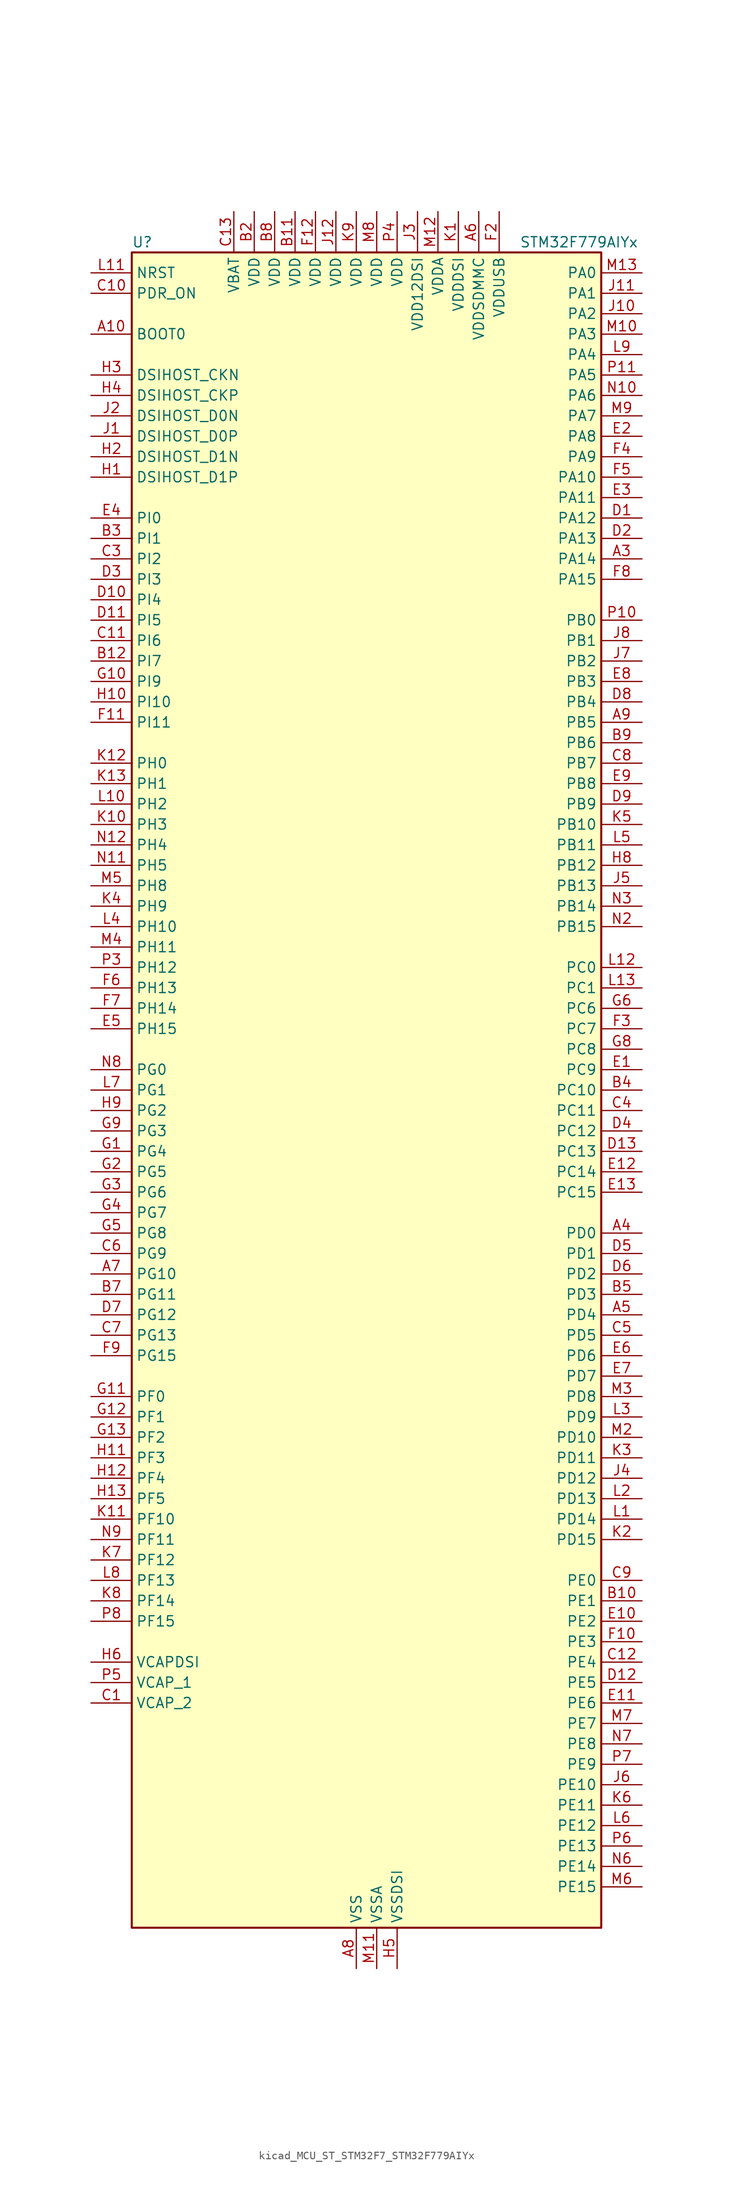
<source format=kicad_sym>
(kicad_symbol_lib
  (version 20220914)
  (generator kicad_symbol_editor)
  (symbol "kicad_MCU_ST_STM32F7_STM32F779AIYx"
    (property "Reference" "U"
      (at -27.94 105.41 0)
      (effects (font (size 1.27 1.27)) (justify left)))
    (property "Value" "STM32F779AIYx"
      (at 20.32 105.41 0)
      (effects (font (size 1.27 1.27)) (justify left)))
    (property "ki_locked" ""
      (at 0 0 0)
      (effects (font (size 1.27 1.27))))
    (symbol "kicad_MCU_ST_STM32F7_STM32F779AIYx_0_1"
      (rectangle (start -27.94 -104.14) (end 30.48 104.14) (stroke (width 0.254) (type default)) (fill (type background))))
    (symbol "kicad_MCU_ST_STM32F7_STM32F779AIYx_1_1"
      (pin no_connect line (at -27.94 -104.14 0) (length 5.08) hide (name "NC" (effects (font (size 1.27 1.27)))) (number "A1" (effects (font (size 1.27 1.27)))))
      (pin input line (at -33.02 93.98 0) (length 5.08) (name "BOOT0" (effects (font (size 1.27 1.27)))) (number "A10" (effects (font (size 1.27 1.27)))))
      (pin passive line (at 0 -109.22 90) (length 5.08) hide (name "VSS" (effects (font (size 1.27 1.27)))) (number "A11" (effects (font (size 1.27 1.27)))))
      (pin no_connect line (at -27.94 -99.06 0) (length 5.08) hide (name "NC" (effects (font (size 1.27 1.27)))) (number "A12" (effects (font (size 1.27 1.27)))))
      (pin no_connect line (at -27.94 -96.52 0) (length 5.08) hide (name "NC" (effects (font (size 1.27 1.27)))) (number "A13" (effects (font (size 1.27 1.27)))))
      (pin no_connect line (at -27.94 -101.6 0) (length 5.08) hide (name "NC" (effects (font (size 1.27 1.27)))) (number "A2" (effects (font (size 1.27 1.27)))))
      (pin bidirectional line (at 35.56 66.04 180) (length 5.08) (name "PA14" (effects (font (size 1.27 1.27)))) (number "A3" (effects (font (size 1.27 1.27)))) (alternate "SYS_JTCK-SWCLK" bidirectional line))
      (pin bidirectional line (at 35.56 -17.78 180) (length 5.08) (name "PD0" (effects (font (size 1.27 1.27)))) (number "A4" (effects (font (size 1.27 1.27)))) (alternate "CAN1_RX" bidirectional line) (alternate "DFSDM1_CKIN6" bidirectional line) (alternate "DFSDM1_DATIN7" bidirectional line) (alternate "FMC_D2" bidirectional line) (alternate "FMC_DA2" bidirectional line) (alternate "UART4_RX" bidirectional line))
      (pin bidirectional line (at 35.56 -27.94 180) (length 5.08) (name "PD4" (effects (font (size 1.27 1.27)))) (number "A5" (effects (font (size 1.27 1.27)))) (alternate "DFSDM1_CKIN0" bidirectional line) (alternate "FMC_NOE" bidirectional line) (alternate "USART2_DE" bidirectional line) (alternate "USART2_RTS" bidirectional line))
      (pin power_in line (at 15.24 109.22 270) (length 5.08) (name "VDDSDMMC" (effects (font (size 1.27 1.27)))) (number "A6" (effects (font (size 1.27 1.27)))))
      (pin bidirectional line (at -33.02 -22.86 0) (length 5.08) (name "PG10" (effects (font (size 1.27 1.27)))) (number "A7" (effects (font (size 1.27 1.27)))) (alternate "DCMI_D2" bidirectional line) (alternate "FMC_NE3" bidirectional line) (alternate "I2S1_WS" bidirectional line) (alternate "LTDC_B2" bidirectional line) (alternate "LTDC_G3" bidirectional line) (alternate "SAI2_SD_B" bidirectional line) (alternate "SDMMC2_D1" bidirectional line) (alternate "SPI1_NSS" bidirectional line))
      (pin power_in line (at 0 -109.22 90) (length 5.08) (name "VSS" (effects (font (size 1.27 1.27)))) (number "A8" (effects (font (size 1.27 1.27)))))
      (pin bidirectional line (at 35.56 45.72 180) (length 5.08) (name "PB5" (effects (font (size 1.27 1.27)))) (number "A9" (effects (font (size 1.27 1.27)))) (alternate "CAN2_RX" bidirectional line) (alternate "DCMI_D10" bidirectional line) (alternate "FMC_SDCKE1" bidirectional line) (alternate "I2C1_SMBA" bidirectional line) (alternate "I2S1_SD" bidirectional line) (alternate "I2S3_SD" bidirectional line) (alternate "LTDC_G7" bidirectional line) (alternate "SPI1_MOSI" bidirectional line) (alternate "SPI3_MOSI" bidirectional line) (alternate "SPI6_MOSI" bidirectional line) (alternate "TIM3_CH2" bidirectional line) (alternate "UART5_RX" bidirectional line) (alternate "USB_OTG_HS_ULPI_D7" bidirectional line))
      (pin no_connect line (at -27.94 -93.98 0) (length 5.08) hide (name "NC" (effects (font (size 1.27 1.27)))) (number "B1" (effects (font (size 1.27 1.27)))))
      (pin bidirectional line (at 35.56 -63.5 180) (length 5.08) (name "PE1" (effects (font (size 1.27 1.27)))) (number "B10" (effects (font (size 1.27 1.27)))) (alternate "DCMI_D3" bidirectional line) (alternate "FMC_NBL1" bidirectional line) (alternate "LPTIM1_IN2" bidirectional line) (alternate "UART8_TX" bidirectional line))
      (pin power_in line (at -7.62 109.22 270) (length 5.08) (name "VDD" (effects (font (size 1.27 1.27)))) (number "B11" (effects (font (size 1.27 1.27)))))
      (pin bidirectional line (at -33.02 53.34 0) (length 5.08) (name "PI7" (effects (font (size 1.27 1.27)))) (number "B12" (effects (font (size 1.27 1.27)))) (alternate "DCMI_D7" bidirectional line) (alternate "FMC_D29" bidirectional line) (alternate "LTDC_B7" bidirectional line) (alternate "SAI2_FS_A" bidirectional line) (alternate "TIM8_CH3" bidirectional line))
      (pin no_connect line (at -27.94 -91.44 0) (length 5.08) hide (name "NC" (effects (font (size 1.27 1.27)))) (number "B13" (effects (font (size 1.27 1.27)))))
      (pin power_in line (at -12.7 109.22 270) (length 5.08) (name "VDD" (effects (font (size 1.27 1.27)))) (number "B2" (effects (font (size 1.27 1.27)))))
      (pin bidirectional line (at -33.02 68.58 0) (length 5.08) (name "PI1" (effects (font (size 1.27 1.27)))) (number "B3" (effects (font (size 1.27 1.27)))) (alternate "DCMI_D8" bidirectional line) (alternate "FMC_D25" bidirectional line) (alternate "I2S2_CK" bidirectional line) (alternate "LTDC_G6" bidirectional line) (alternate "SPI2_SCK" bidirectional line) (alternate "TIM8_BKIN2" bidirectional line))
      (pin bidirectional line (at 35.56 0 180) (length 5.08) (name "PC10" (effects (font (size 1.27 1.27)))) (number "B4" (effects (font (size 1.27 1.27)))) (alternate "DCMI_D8" bidirectional line) (alternate "DFSDM1_CKIN5" bidirectional line) (alternate "I2S3_CK" bidirectional line) (alternate "LTDC_R2" bidirectional line) (alternate "QUADSPI_BK1_IO1" bidirectional line) (alternate "SDMMC1_D2" bidirectional line) (alternate "SPI3_SCK" bidirectional line) (alternate "UART4_TX" bidirectional line) (alternate "USART3_TX" bidirectional line))
      (pin bidirectional line (at 35.56 -25.4 180) (length 5.08) (name "PD3" (effects (font (size 1.27 1.27)))) (number "B5" (effects (font (size 1.27 1.27)))) (alternate "DCMI_D5" bidirectional line) (alternate "DFSDM1_CKOUT" bidirectional line) (alternate "DFSDM1_DATIN0" bidirectional line) (alternate "FMC_CLK" bidirectional line) (alternate "I2S2_CK" bidirectional line) (alternate "LTDC_G7" bidirectional line) (alternate "SPI2_SCK" bidirectional line) (alternate "USART2_CTS" bidirectional line))
      (pin passive line (at 0 -109.22 90) (length 5.08) hide (name "VSS" (effects (font (size 1.27 1.27)))) (number "B6" (effects (font (size 1.27 1.27)))))
      (pin bidirectional line (at -33.02 -25.4 0) (length 5.08) (name "PG11" (effects (font (size 1.27 1.27)))) (number "B7" (effects (font (size 1.27 1.27)))) (alternate "ADC1_EXTI11" bidirectional line) (alternate "ADC2_EXTI11" bidirectional line) (alternate "ADC3_EXTI11" bidirectional line) (alternate "DCMI_D3" bidirectional line) (alternate "I2S1_CK" bidirectional line) (alternate "LTDC_B3" bidirectional line) (alternate "SDMMC2_D2" bidirectional line) (alternate "SPDIFRX_IN0" bidirectional line) (alternate "SPI1_SCK" bidirectional line))
      (pin power_in line (at -10.16 109.22 270) (length 5.08) (name "VDD" (effects (font (size 1.27 1.27)))) (number "B8" (effects (font (size 1.27 1.27)))))
      (pin bidirectional line (at 35.56 43.18 180) (length 5.08) (name "PB6" (effects (font (size 1.27 1.27)))) (number "B9" (effects (font (size 1.27 1.27)))) (alternate "CAN2_TX" bidirectional line) (alternate "CEC" bidirectional line) (alternate "DCMI_D5" bidirectional line) (alternate "DFSDM1_DATIN5" bidirectional line) (alternate "FMC_SDNE1" bidirectional line) (alternate "I2C1_SCL" bidirectional line) (alternate "I2C4_SCL" bidirectional line) (alternate "QUADSPI_BK1_NCS" bidirectional line) (alternate "TIM4_CH1" bidirectional line) (alternate "UART5_TX" bidirectional line) (alternate "USART1_TX" bidirectional line))
      (pin power_out line (at -33.02 -76.2 0) (length 5.08) (name "VCAP_2" (effects (font (size 1.27 1.27)))) (number "C1" (effects (font (size 1.27 1.27)))))
      (pin input line (at -33.02 99.06 0) (length 5.08) (name "PDR_ON" (effects (font (size 1.27 1.27)))) (number "C10" (effects (font (size 1.27 1.27)))))
      (pin bidirectional line (at -33.02 55.88 0) (length 5.08) (name "PI6" (effects (font (size 1.27 1.27)))) (number "C11" (effects (font (size 1.27 1.27)))) (alternate "DCMI_D6" bidirectional line) (alternate "FMC_D28" bidirectional line) (alternate "LTDC_B6" bidirectional line) (alternate "SAI2_SD_A" bidirectional line) (alternate "TIM8_CH2" bidirectional line))
      (pin bidirectional line (at 35.56 -71.12 180) (length 5.08) (name "PE4" (effects (font (size 1.27 1.27)))) (number "C12" (effects (font (size 1.27 1.27)))) (alternate "DCMI_D4" bidirectional line) (alternate "DFSDM1_DATIN3" bidirectional line) (alternate "FMC_A20" bidirectional line) (alternate "LTDC_B0" bidirectional line) (alternate "SAI1_FS_A" bidirectional line) (alternate "SPI4_NSS" bidirectional line) (alternate "SYS_TRACED1" bidirectional line))
      (pin power_in line (at -15.24 109.22 270) (length 5.08) (name "VBAT" (effects (font (size 1.27 1.27)))) (number "C13" (effects (font (size 1.27 1.27)))))
      (pin passive line (at 0 -109.22 90) (length 5.08) hide (name "VSS" (effects (font (size 1.27 1.27)))) (number "C2" (effects (font (size 1.27 1.27)))))
      (pin bidirectional line (at -33.02 66.04 0) (length 5.08) (name "PI2" (effects (font (size 1.27 1.27)))) (number "C3" (effects (font (size 1.27 1.27)))) (alternate "DCMI_D9" bidirectional line) (alternate "FMC_D26" bidirectional line) (alternate "LTDC_G7" bidirectional line) (alternate "SPI2_MISO" bidirectional line) (alternate "TIM8_CH4" bidirectional line))
      (pin bidirectional line (at 35.56 -2.54 180) (length 5.08) (name "PC11" (effects (font (size 1.27 1.27)))) (number "C4" (effects (font (size 1.27 1.27)))) (alternate "ADC1_EXTI11" bidirectional line) (alternate "ADC2_EXTI11" bidirectional line) (alternate "ADC3_EXTI11" bidirectional line) (alternate "DCMI_D4" bidirectional line) (alternate "DFSDM1_DATIN5" bidirectional line) (alternate "QUADSPI_BK2_NCS" bidirectional line) (alternate "SDMMC1_D3" bidirectional line) (alternate "SPI3_MISO" bidirectional line) (alternate "UART4_RX" bidirectional line) (alternate "USART3_RX" bidirectional line))
      (pin bidirectional line (at 35.56 -30.48 180) (length 5.08) (name "PD5" (effects (font (size 1.27 1.27)))) (number "C5" (effects (font (size 1.27 1.27)))) (alternate "FMC_NWE" bidirectional line) (alternate "USART2_TX" bidirectional line))
      (pin bidirectional line (at -33.02 -20.32 0) (length 5.08) (name "PG9" (effects (font (size 1.27 1.27)))) (number "C6" (effects (font (size 1.27 1.27)))) (alternate "DAC_EXTI9" bidirectional line) (alternate "DCMI_VSYNC" bidirectional line) (alternate "FMC_NCE" bidirectional line) (alternate "FMC_NE2" bidirectional line) (alternate "QUADSPI_BK2_IO2" bidirectional line) (alternate "SAI2_FS_B" bidirectional line) (alternate "SDMMC2_D0" bidirectional line) (alternate "SPDIFRX_IN3" bidirectional line) (alternate "SPI1_MISO" bidirectional line) (alternate "USART6_RX" bidirectional line))
      (pin bidirectional line (at -33.02 -30.48 0) (length 5.08) (name "PG13" (effects (font (size 1.27 1.27)))) (number "C7" (effects (font (size 1.27 1.27)))) (alternate "FMC_A24" bidirectional line) (alternate "LPTIM1_OUT" bidirectional line) (alternate "LTDC_R0" bidirectional line) (alternate "SPI6_SCK" bidirectional line) (alternate "SYS_TRACED0" bidirectional line) (alternate "USART6_CTS" bidirectional line))
      (pin bidirectional line (at 35.56 40.64 180) (length 5.08) (name "PB7" (effects (font (size 1.27 1.27)))) (number "C8" (effects (font (size 1.27 1.27)))) (alternate "DCMI_VSYNC" bidirectional line) (alternate "DFSDM1_CKIN5" bidirectional line) (alternate "FMC_NL" bidirectional line) (alternate "I2C1_SDA" bidirectional line) (alternate "I2C4_SDA" bidirectional line) (alternate "TIM4_CH2" bidirectional line) (alternate "USART1_RX" bidirectional line))
      (pin bidirectional line (at 35.56 -60.96 180) (length 5.08) (name "PE0" (effects (font (size 1.27 1.27)))) (number "C9" (effects (font (size 1.27 1.27)))) (alternate "DCMI_D2" bidirectional line) (alternate "FMC_NBL0" bidirectional line) (alternate "LPTIM1_ETR" bidirectional line) (alternate "SAI2_MCLK_A" bidirectional line) (alternate "TIM4_ETR" bidirectional line) (alternate "UART8_RX" bidirectional line))
      (pin bidirectional line (at 35.56 71.12 180) (length 5.08) (name "PA12" (effects (font (size 1.27 1.27)))) (number "D1" (effects (font (size 1.27 1.27)))) (alternate "CAN1_TX" bidirectional line) (alternate "I2S2_CK" bidirectional line) (alternate "LTDC_R5" bidirectional line) (alternate "SAI2_FS_B" bidirectional line) (alternate "SPI2_SCK" bidirectional line) (alternate "TIM1_ETR" bidirectional line) (alternate "UART4_TX" bidirectional line) (alternate "USART1_DE" bidirectional line) (alternate "USART1_RTS" bidirectional line) (alternate "USB_OTG_FS_DP" bidirectional line))
      (pin bidirectional line (at -33.02 60.96 0) (length 5.08) (name "PI4" (effects (font (size 1.27 1.27)))) (number "D10" (effects (font (size 1.27 1.27)))) (alternate "DCMI_D5" bidirectional line) (alternate "FMC_NBL2" bidirectional line) (alternate "LTDC_B4" bidirectional line) (alternate "SAI2_MCLK_A" bidirectional line) (alternate "TIM8_BKIN" bidirectional line))
      (pin bidirectional line (at -33.02 58.42 0) (length 5.08) (name "PI5" (effects (font (size 1.27 1.27)))) (number "D11" (effects (font (size 1.27 1.27)))) (alternate "DCMI_VSYNC" bidirectional line) (alternate "FMC_NBL3" bidirectional line) (alternate "LTDC_B5" bidirectional line) (alternate "SAI2_SCK_A" bidirectional line) (alternate "TIM8_CH1" bidirectional line))
      (pin bidirectional line (at 35.56 -73.66 180) (length 5.08) (name "PE5" (effects (font (size 1.27 1.27)))) (number "D12" (effects (font (size 1.27 1.27)))) (alternate "DCMI_D6" bidirectional line) (alternate "DFSDM1_CKIN3" bidirectional line) (alternate "FMC_A21" bidirectional line) (alternate "LTDC_G0" bidirectional line) (alternate "SAI1_SCK_A" bidirectional line) (alternate "SPI4_MISO" bidirectional line) (alternate "SYS_TRACED2" bidirectional line) (alternate "TIM9_CH1" bidirectional line))
      (pin bidirectional line (at 35.56 -7.62 180) (length 5.08) (name "PC13" (effects (font (size 1.27 1.27)))) (number "D13" (effects (font (size 1.27 1.27)))) (alternate "RTC_OUT" bidirectional line) (alternate "RTC_TAMP1" bidirectional line) (alternate "RTC_TS" bidirectional line) (alternate "SYS_WKUP4" bidirectional line))
      (pin bidirectional line (at 35.56 68.58 180) (length 5.08) (name "PA13" (effects (font (size 1.27 1.27)))) (number "D2" (effects (font (size 1.27 1.27)))) (alternate "SYS_JTMS-SWDIO" bidirectional line))
      (pin bidirectional line (at -33.02 63.5 0) (length 5.08) (name "PI3" (effects (font (size 1.27 1.27)))) (number "D3" (effects (font (size 1.27 1.27)))) (alternate "DCMI_D10" bidirectional line) (alternate "FMC_D27" bidirectional line) (alternate "I2S2_SD" bidirectional line) (alternate "SPI2_MOSI" bidirectional line) (alternate "TIM8_ETR" bidirectional line))
      (pin bidirectional line (at 35.56 -5.08 180) (length 5.08) (name "PC12" (effects (font (size 1.27 1.27)))) (number "D4" (effects (font (size 1.27 1.27)))) (alternate "DCMI_D9" bidirectional line) (alternate "I2S3_SD" bidirectional line) (alternate "SDMMC1_CK" bidirectional line) (alternate "SPI3_MOSI" bidirectional line) (alternate "SYS_TRACED3" bidirectional line) (alternate "UART5_TX" bidirectional line) (alternate "USART3_CK" bidirectional line))
      (pin bidirectional line (at 35.56 -20.32 180) (length 5.08) (name "PD1" (effects (font (size 1.27 1.27)))) (number "D5" (effects (font (size 1.27 1.27)))) (alternate "CAN1_TX" bidirectional line) (alternate "DFSDM1_CKIN7" bidirectional line) (alternate "DFSDM1_DATIN6" bidirectional line) (alternate "FMC_D3" bidirectional line) (alternate "FMC_DA3" bidirectional line) (alternate "UART4_TX" bidirectional line))
      (pin bidirectional line (at 35.56 -22.86 180) (length 5.08) (name "PD2" (effects (font (size 1.27 1.27)))) (number "D6" (effects (font (size 1.27 1.27)))) (alternate "DCMI_D11" bidirectional line) (alternate "SDMMC1_CMD" bidirectional line) (alternate "SYS_TRACED2" bidirectional line) (alternate "TIM3_ETR" bidirectional line) (alternate "UART5_RX" bidirectional line))
      (pin bidirectional line (at -33.02 -27.94 0) (length 5.08) (name "PG12" (effects (font (size 1.27 1.27)))) (number "D7" (effects (font (size 1.27 1.27)))) (alternate "FMC_NE4" bidirectional line) (alternate "LPTIM1_IN1" bidirectional line) (alternate "LTDC_B1" bidirectional line) (alternate "LTDC_B4" bidirectional line) (alternate "SDMMC2_D3" bidirectional line) (alternate "SPDIFRX_IN1" bidirectional line) (alternate "SPI6_MISO" bidirectional line) (alternate "USART6_DE" bidirectional line) (alternate "USART6_RTS" bidirectional line))
      (pin bidirectional line (at 35.56 48.26 180) (length 5.08) (name "PB4" (effects (font (size 1.27 1.27)))) (number "D8" (effects (font (size 1.27 1.27)))) (alternate "CAN3_TX" bidirectional line) (alternate "I2S2_WS" bidirectional line) (alternate "SDMMC2_D3" bidirectional line) (alternate "SPI1_MISO" bidirectional line) (alternate "SPI2_NSS" bidirectional line) (alternate "SPI3_MISO" bidirectional line) (alternate "SPI6_MISO" bidirectional line) (alternate "SYS_JTRST" bidirectional line) (alternate "TIM3_CH1" bidirectional line) (alternate "UART7_TX" bidirectional line))
      (pin bidirectional line (at 35.56 35.56 180) (length 5.08) (name "PB9" (effects (font (size 1.27 1.27)))) (number "D9" (effects (font (size 1.27 1.27)))) (alternate "CAN1_TX" bidirectional line) (alternate "DAC_EXTI9" bidirectional line) (alternate "DCMI_D7" bidirectional line) (alternate "DFSDM1_DATIN7" bidirectional line) (alternate "I2C1_SDA" bidirectional line) (alternate "I2C4_SDA" bidirectional line) (alternate "I2C4_SMBA" bidirectional line) (alternate "I2S2_WS" bidirectional line) (alternate "LTDC_B7" bidirectional line) (alternate "SDMMC1_D5" bidirectional line) (alternate "SDMMC2_D5" bidirectional line) (alternate "SPI2_NSS" bidirectional line) (alternate "TIM11_CH1" bidirectional line) (alternate "TIM4_CH4" bidirectional line) (alternate "UART5_TX" bidirectional line))
      (pin bidirectional line (at 35.56 2.54 180) (length 5.08) (name "PC9" (effects (font (size 1.27 1.27)))) (number "E1" (effects (font (size 1.27 1.27)))) (alternate "DAC_EXTI9" bidirectional line) (alternate "DCMI_D3" bidirectional line) (alternate "I2C3_SDA" bidirectional line) (alternate "I2S_CKIN" bidirectional line) (alternate "LTDC_B2" bidirectional line) (alternate "LTDC_G3" bidirectional line) (alternate "QUADSPI_BK1_IO0" bidirectional line) (alternate "RCC_MCO_2" bidirectional line) (alternate "SDMMC1_D1" bidirectional line) (alternate "TIM3_CH4" bidirectional line) (alternate "TIM8_CH4" bidirectional line) (alternate "UART5_CTS" bidirectional line))
      (pin bidirectional line (at 35.56 -66.04 180) (length 5.08) (name "PE2" (effects (font (size 1.27 1.27)))) (number "E10" (effects (font (size 1.27 1.27)))) (alternate "FMC_A23" bidirectional line) (alternate "QUADSPI_BK1_IO2" bidirectional line) (alternate "SAI1_MCLK_A" bidirectional line) (alternate "SPI4_SCK" bidirectional line) (alternate "SYS_TRACECLK" bidirectional line))
      (pin bidirectional line (at 35.56 -76.2 180) (length 5.08) (name "PE6" (effects (font (size 1.27 1.27)))) (number "E11" (effects (font (size 1.27 1.27)))) (alternate "DCMI_D7" bidirectional line) (alternate "FMC_A22" bidirectional line) (alternate "LTDC_G1" bidirectional line) (alternate "SAI1_SD_A" bidirectional line) (alternate "SAI2_MCLK_B" bidirectional line) (alternate "SPI4_MOSI" bidirectional line) (alternate "SYS_TRACED3" bidirectional line) (alternate "TIM1_BKIN2" bidirectional line) (alternate "TIM9_CH2" bidirectional line))
      (pin bidirectional line (at 35.56 -10.16 180) (length 5.08) (name "PC14" (effects (font (size 1.27 1.27)))) (number "E12" (effects (font (size 1.27 1.27)))) (alternate "RCC_OSC32_IN" bidirectional line))
      (pin bidirectional line (at 35.56 -12.7 180) (length 5.08) (name "PC15" (effects (font (size 1.27 1.27)))) (number "E13" (effects (font (size 1.27 1.27)))) (alternate "RCC_OSC32_OUT" bidirectional line))
      (pin bidirectional line (at 35.56 81.28 180) (length 5.08) (name "PA8" (effects (font (size 1.27 1.27)))) (number "E2" (effects (font (size 1.27 1.27)))) (alternate "CAN3_RX" bidirectional line) (alternate "I2C3_SCL" bidirectional line) (alternate "LTDC_B3" bidirectional line) (alternate "LTDC_R6" bidirectional line) (alternate "RCC_MCO_1" bidirectional line) (alternate "TIM1_CH1" bidirectional line) (alternate "TIM8_BKIN2" bidirectional line) (alternate "UART7_RX" bidirectional line) (alternate "USART1_CK" bidirectional line) (alternate "USB_OTG_FS_SOF" bidirectional line))
      (pin bidirectional line (at 35.56 73.66 180) (length 5.08) (name "PA11" (effects (font (size 1.27 1.27)))) (number "E3" (effects (font (size 1.27 1.27)))) (alternate "ADC1_EXTI11" bidirectional line) (alternate "ADC2_EXTI11" bidirectional line) (alternate "ADC3_EXTI11" bidirectional line) (alternate "CAN1_RX" bidirectional line) (alternate "I2S2_WS" bidirectional line) (alternate "LTDC_R4" bidirectional line) (alternate "SPI2_NSS" bidirectional line) (alternate "TIM1_CH4" bidirectional line) (alternate "UART4_RX" bidirectional line) (alternate "USART1_CTS" bidirectional line) (alternate "USB_OTG_FS_DM" bidirectional line))
      (pin bidirectional line (at -33.02 71.12 0) (length 5.08) (name "PI0" (effects (font (size 1.27 1.27)))) (number "E4" (effects (font (size 1.27 1.27)))) (alternate "DCMI_D13" bidirectional line) (alternate "FMC_D24" bidirectional line) (alternate "I2S2_WS" bidirectional line) (alternate "LTDC_G5" bidirectional line) (alternate "SPI2_NSS" bidirectional line) (alternate "TIM5_CH4" bidirectional line))
      (pin bidirectional line (at -33.02 7.62 0) (length 5.08) (name "PH15" (effects (font (size 1.27 1.27)))) (number "E5" (effects (font (size 1.27 1.27)))) (alternate "DCMI_D11" bidirectional line) (alternate "FMC_D23" bidirectional line) (alternate "LTDC_G4" bidirectional line) (alternate "TIM8_CH3N" bidirectional line))
      (pin bidirectional line (at 35.56 -33.02 180) (length 5.08) (name "PD6" (effects (font (size 1.27 1.27)))) (number "E6" (effects (font (size 1.27 1.27)))) (alternate "DCMI_D10" bidirectional line) (alternate "DFSDM1_CKIN4" bidirectional line) (alternate "DFSDM1_DATIN1" bidirectional line) (alternate "FMC_NWAIT" bidirectional line) (alternate "I2S3_SD" bidirectional line) (alternate "LTDC_B2" bidirectional line) (alternate "SAI1_SD_A" bidirectional line) (alternate "SDMMC2_CK" bidirectional line) (alternate "SPI3_MOSI" bidirectional line) (alternate "USART2_RX" bidirectional line))
      (pin bidirectional line (at 35.56 -35.56 180) (length 5.08) (name "PD7" (effects (font (size 1.27 1.27)))) (number "E7" (effects (font (size 1.27 1.27)))) (alternate "DFSDM1_CKIN1" bidirectional line) (alternate "DFSDM1_DATIN4" bidirectional line) (alternate "FMC_NE1" bidirectional line) (alternate "I2S1_SD" bidirectional line) (alternate "SDMMC2_CMD" bidirectional line) (alternate "SPDIFRX_IN0" bidirectional line) (alternate "SPI1_MOSI" bidirectional line) (alternate "USART2_CK" bidirectional line))
      (pin bidirectional line (at 35.56 50.8 180) (length 5.08) (name "PB3" (effects (font (size 1.27 1.27)))) (number "E8" (effects (font (size 1.27 1.27)))) (alternate "CAN3_RX" bidirectional line) (alternate "I2S1_CK" bidirectional line) (alternate "I2S3_CK" bidirectional line) (alternate "SDMMC2_D2" bidirectional line) (alternate "SPI1_SCK" bidirectional line) (alternate "SPI3_SCK" bidirectional line) (alternate "SPI6_SCK" bidirectional line) (alternate "SYS_JTDO-SWO" bidirectional line) (alternate "TIM2_CH2" bidirectional line) (alternate "UART7_RX" bidirectional line))
      (pin bidirectional line (at 35.56 38.1 180) (length 5.08) (name "PB8" (effects (font (size 1.27 1.27)))) (number "E9" (effects (font (size 1.27 1.27)))) (alternate "CAN1_RX" bidirectional line) (alternate "DCMI_D6" bidirectional line) (alternate "DFSDM1_CKIN7" bidirectional line) (alternate "I2C1_SCL" bidirectional line) (alternate "I2C4_SCL" bidirectional line) (alternate "LTDC_B6" bidirectional line) (alternate "SDMMC1_D4" bidirectional line) (alternate "SDMMC2_D4" bidirectional line) (alternate "TIM10_CH1" bidirectional line) (alternate "TIM4_CH3" bidirectional line) (alternate "UART5_RX" bidirectional line))
      (pin passive line (at 0 -109.22 90) (length 5.08) hide (name "VSS" (effects (font (size 1.27 1.27)))) (number "F1" (effects (font (size 1.27 1.27)))))
      (pin bidirectional line (at 35.56 -68.58 180) (length 5.08) (name "PE3" (effects (font (size 1.27 1.27)))) (number "F10" (effects (font (size 1.27 1.27)))) (alternate "FMC_A19" bidirectional line) (alternate "SAI1_SD_B" bidirectional line) (alternate "SYS_TRACED0" bidirectional line))
      (pin bidirectional line (at -33.02 45.72 0) (length 5.08) (name "PI11" (effects (font (size 1.27 1.27)))) (number "F11" (effects (font (size 1.27 1.27)))) (alternate "ADC1_EXTI11" bidirectional line) (alternate "ADC2_EXTI11" bidirectional line) (alternate "ADC3_EXTI11" bidirectional line) (alternate "LTDC_G6" bidirectional line) (alternate "SYS_WKUP6" bidirectional line) (alternate "USB_OTG_HS_ULPI_DIR" bidirectional line))
      (pin power_in line (at -5.08 109.22 270) (length 5.08) (name "VDD" (effects (font (size 1.27 1.27)))) (number "F12" (effects (font (size 1.27 1.27)))))
      (pin passive line (at 0 -109.22 90) (length 5.08) hide (name "VSS" (effects (font (size 1.27 1.27)))) (number "F13" (effects (font (size 1.27 1.27)))))
      (pin power_in line (at 17.78 109.22 270) (length 5.08) (name "VDDUSB" (effects (font (size 1.27 1.27)))) (number "F2" (effects (font (size 1.27 1.27)))))
      (pin bidirectional line (at 35.56 7.62 180) (length 5.08) (name "PC7" (effects (font (size 1.27 1.27)))) (number "F3" (effects (font (size 1.27 1.27)))) (alternate "DCMI_D1" bidirectional line) (alternate "DFSDM1_DATIN3" bidirectional line) (alternate "FMC_NE1" bidirectional line) (alternate "I2S3_MCK" bidirectional line) (alternate "LTDC_G6" bidirectional line) (alternate "SDMMC1_D7" bidirectional line) (alternate "SDMMC2_D7" bidirectional line) (alternate "TIM3_CH2" bidirectional line) (alternate "TIM8_CH2" bidirectional line) (alternate "USART6_RX" bidirectional line))
      (pin bidirectional line (at 35.56 78.74 180) (length 5.08) (name "PA9" (effects (font (size 1.27 1.27)))) (number "F4" (effects (font (size 1.27 1.27)))) (alternate "DAC_EXTI9" bidirectional line) (alternate "DCMI_D0" bidirectional line) (alternate "I2C3_SMBA" bidirectional line) (alternate "I2S2_CK" bidirectional line) (alternate "LTDC_R5" bidirectional line) (alternate "SPI2_SCK" bidirectional line) (alternate "TIM1_CH2" bidirectional line) (alternate "USART1_TX" bidirectional line) (alternate "USB_OTG_FS_VBUS" bidirectional line))
      (pin bidirectional line (at 35.56 76.2 180) (length 5.08) (name "PA10" (effects (font (size 1.27 1.27)))) (number "F5" (effects (font (size 1.27 1.27)))) (alternate "DCMI_D1" bidirectional line) (alternate "LTDC_B1" bidirectional line) (alternate "LTDC_B4" bidirectional line) (alternate "MDIOS_MDIO" bidirectional line) (alternate "TIM1_CH3" bidirectional line) (alternate "USART1_RX" bidirectional line) (alternate "USB_OTG_FS_ID" bidirectional line))
      (pin bidirectional line (at -33.02 12.7 0) (length 5.08) (name "PH13" (effects (font (size 1.27 1.27)))) (number "F6" (effects (font (size 1.27 1.27)))) (alternate "CAN1_TX" bidirectional line) (alternate "FMC_D21" bidirectional line) (alternate "LTDC_G2" bidirectional line) (alternate "TIM8_CH1N" bidirectional line) (alternate "UART4_TX" bidirectional line))
      (pin bidirectional line (at -33.02 10.16 0) (length 5.08) (name "PH14" (effects (font (size 1.27 1.27)))) (number "F7" (effects (font (size 1.27 1.27)))) (alternate "CAN1_RX" bidirectional line) (alternate "DCMI_D4" bidirectional line) (alternate "FMC_D22" bidirectional line) (alternate "LTDC_G3" bidirectional line) (alternate "TIM8_CH2N" bidirectional line) (alternate "UART4_RX" bidirectional line))
      (pin bidirectional line (at 35.56 63.5 180) (length 5.08) (name "PA15" (effects (font (size 1.27 1.27)))) (number "F8" (effects (font (size 1.27 1.27)))) (alternate "CAN3_TX" bidirectional line) (alternate "CEC" bidirectional line) (alternate "I2S1_WS" bidirectional line) (alternate "I2S3_WS" bidirectional line) (alternate "SPI1_NSS" bidirectional line) (alternate "SPI3_NSS" bidirectional line) (alternate "SPI6_NSS" bidirectional line) (alternate "SYS_JTDI" bidirectional line) (alternate "TIM2_CH1" bidirectional line) (alternate "TIM2_ETR" bidirectional line) (alternate "UART4_DE" bidirectional line) (alternate "UART4_RTS" bidirectional line) (alternate "UART7_TX" bidirectional line))
      (pin bidirectional line (at -33.02 -33.02 0) (length 5.08) (name "PG15" (effects (font (size 1.27 1.27)))) (number "F9" (effects (font (size 1.27 1.27)))) (alternate "DCMI_D13" bidirectional line) (alternate "FMC_SDNCAS" bidirectional line) (alternate "USART6_CTS" bidirectional line))
      (pin bidirectional line (at -33.02 -7.62 0) (length 5.08) (name "PG4" (effects (font (size 1.27 1.27)))) (number "G1" (effects (font (size 1.27 1.27)))) (alternate "FMC_A14" bidirectional line) (alternate "FMC_BA0" bidirectional line))
      (pin bidirectional line (at -33.02 50.8 0) (length 5.08) (name "PI9" (effects (font (size 1.27 1.27)))) (number "G10" (effects (font (size 1.27 1.27)))) (alternate "CAN1_RX" bidirectional line) (alternate "DAC_EXTI9" bidirectional line) (alternate "FMC_D30" bidirectional line) (alternate "LTDC_VSYNC" bidirectional line) (alternate "UART4_RX" bidirectional line))
      (pin bidirectional line (at -33.02 -38.1 0) (length 5.08) (name "PF0" (effects (font (size 1.27 1.27)))) (number "G11" (effects (font (size 1.27 1.27)))) (alternate "FMC_A0" bidirectional line) (alternate "I2C2_SDA" bidirectional line))
      (pin bidirectional line (at -33.02 -40.64 0) (length 5.08) (name "PF1" (effects (font (size 1.27 1.27)))) (number "G12" (effects (font (size 1.27 1.27)))) (alternate "FMC_A1" bidirectional line) (alternate "I2C2_SCL" bidirectional line))
      (pin bidirectional line (at -33.02 -43.18 0) (length 5.08) (name "PF2" (effects (font (size 1.27 1.27)))) (number "G13" (effects (font (size 1.27 1.27)))) (alternate "FMC_A2" bidirectional line) (alternate "I2C2_SMBA" bidirectional line))
      (pin bidirectional line (at -33.02 -10.16 0) (length 5.08) (name "PG5" (effects (font (size 1.27 1.27)))) (number "G2" (effects (font (size 1.27 1.27)))) (alternate "FMC_A15" bidirectional line) (alternate "FMC_BA1" bidirectional line))
      (pin bidirectional line (at -33.02 -12.7 0) (length 5.08) (name "PG6" (effects (font (size 1.27 1.27)))) (number "G3" (effects (font (size 1.27 1.27)))) (alternate "DCMI_D12" bidirectional line) (alternate "FMC_NE3" bidirectional line) (alternate "LTDC_R7" bidirectional line))
      (pin bidirectional line (at -33.02 -15.24 0) (length 5.08) (name "PG7" (effects (font (size 1.27 1.27)))) (number "G4" (effects (font (size 1.27 1.27)))) (alternate "DCMI_D13" bidirectional line) (alternate "FMC_INT" bidirectional line) (alternate "LTDC_CLK" bidirectional line) (alternate "SAI1_MCLK_A" bidirectional line) (alternate "USART6_CK" bidirectional line))
      (pin bidirectional line (at -33.02 -17.78 0) (length 5.08) (name "PG8" (effects (font (size 1.27 1.27)))) (number "G5" (effects (font (size 1.27 1.27)))) (alternate "FMC_SDCLK" bidirectional line) (alternate "LTDC_G7" bidirectional line) (alternate "SPDIFRX_IN2" bidirectional line) (alternate "SPI6_NSS" bidirectional line) (alternate "USART6_DE" bidirectional line) (alternate "USART6_RTS" bidirectional line))
      (pin bidirectional line (at 35.56 10.16 180) (length 5.08) (name "PC6" (effects (font (size 1.27 1.27)))) (number "G6" (effects (font (size 1.27 1.27)))) (alternate "DCMI_D0" bidirectional line) (alternate "DFSDM1_CKIN3" bidirectional line) (alternate "FMC_NWAIT" bidirectional line) (alternate "I2S2_MCK" bidirectional line) (alternate "LTDC_HSYNC" bidirectional line) (alternate "SDMMC1_D6" bidirectional line) (alternate "SDMMC2_D6" bidirectional line) (alternate "TIM3_CH1" bidirectional line) (alternate "TIM8_CH1" bidirectional line) (alternate "USART6_TX" bidirectional line))
      (pin bidirectional line (at 35.56 5.08 180) (length 5.08) (name "PC8" (effects (font (size 1.27 1.27)))) (number "G8" (effects (font (size 1.27 1.27)))) (alternate "DCMI_D2" bidirectional line) (alternate "FMC_NCE" bidirectional line) (alternate "FMC_NE2" bidirectional line) (alternate "SDMMC1_D0" bidirectional line) (alternate "SYS_TRACED1" bidirectional line) (alternate "TIM3_CH3" bidirectional line) (alternate "TIM8_CH3" bidirectional line) (alternate "UART5_DE" bidirectional line) (alternate "UART5_RTS" bidirectional line) (alternate "USART6_CK" bidirectional line))
      (pin bidirectional line (at -33.02 -5.08 0) (length 5.08) (name "PG3" (effects (font (size 1.27 1.27)))) (number "G9" (effects (font (size 1.27 1.27)))) (alternate "FMC_A13" bidirectional line))
      (pin bidirectional line (at -33.02 76.2 0) (length 5.08) (name "DSIHOST_D1P" (effects (font (size 1.27 1.27)))) (number "H1" (effects (font (size 1.27 1.27)))) (alternate "DSIHOST_D1P" bidirectional line))
      (pin bidirectional line (at -33.02 48.26 0) (length 5.08) (name "PI10" (effects (font (size 1.27 1.27)))) (number "H10" (effects (font (size 1.27 1.27)))) (alternate "FMC_D31" bidirectional line) (alternate "LTDC_HSYNC" bidirectional line))
      (pin bidirectional line (at -33.02 -45.72 0) (length 5.08) (name "PF3" (effects (font (size 1.27 1.27)))) (number "H11" (effects (font (size 1.27 1.27)))) (alternate "ADC3_IN9" bidirectional line) (alternate "FMC_A3" bidirectional line))
      (pin bidirectional line (at -33.02 -48.26 0) (length 5.08) (name "PF4" (effects (font (size 1.27 1.27)))) (number "H12" (effects (font (size 1.27 1.27)))) (alternate "ADC3_IN14" bidirectional line) (alternate "FMC_A4" bidirectional line))
      (pin bidirectional line (at -33.02 -50.8 0) (length 5.08) (name "PF5" (effects (font (size 1.27 1.27)))) (number "H13" (effects (font (size 1.27 1.27)))) (alternate "ADC3_IN15" bidirectional line) (alternate "FMC_A5" bidirectional line))
      (pin bidirectional line (at -33.02 78.74 0) (length 5.08) (name "DSIHOST_D1N" (effects (font (size 1.27 1.27)))) (number "H2" (effects (font (size 1.27 1.27)))) (alternate "DSIHOST_D1N" bidirectional line))
      (pin bidirectional line (at -33.02 88.9 0) (length 5.08) (name "DSIHOST_CKN" (effects (font (size 1.27 1.27)))) (number "H3" (effects (font (size 1.27 1.27)))) (alternate "DSIHOST_CKN" bidirectional line))
      (pin bidirectional line (at -33.02 86.36 0) (length 5.08) (name "DSIHOST_CKP" (effects (font (size 1.27 1.27)))) (number "H4" (effects (font (size 1.27 1.27)))) (alternate "DSIHOST_CKP" bidirectional line))
      (pin power_in line (at 5.08 -109.22 90) (length 5.08) (name "VSSDSI" (effects (font (size 1.27 1.27)))) (number "H5" (effects (font (size 1.27 1.27)))))
      (pin power_out line (at -33.02 -71.12 0) (length 5.08) (name "VCAPDSI" (effects (font (size 1.27 1.27)))) (number "H6" (effects (font (size 1.27 1.27)))))
      (pin bidirectional line (at 35.56 27.94 180) (length 5.08) (name "PB12" (effects (font (size 1.27 1.27)))) (number "H8" (effects (font (size 1.27 1.27)))) (alternate "CAN2_RX" bidirectional line) (alternate "DFSDM1_DATIN1" bidirectional line) (alternate "I2C2_SMBA" bidirectional line) (alternate "I2S2_WS" bidirectional line) (alternate "SPI2_NSS" bidirectional line) (alternate "TIM1_BKIN" bidirectional line) (alternate "UART5_RX" bidirectional line) (alternate "USART3_CK" bidirectional line) (alternate "USB_OTG_HS_ID" bidirectional line) (alternate "USB_OTG_HS_ULPI_D5" bidirectional line))
      (pin bidirectional line (at -33.02 -2.54 0) (length 5.08) (name "PG2" (effects (font (size 1.27 1.27)))) (number "H9" (effects (font (size 1.27 1.27)))) (alternate "FMC_A12" bidirectional line))
      (pin bidirectional line (at -33.02 81.28 0) (length 5.08) (name "DSIHOST_D0P" (effects (font (size 1.27 1.27)))) (number "J1" (effects (font (size 1.27 1.27)))) (alternate "DSIHOST_D0P" bidirectional line))
      (pin bidirectional line (at 35.56 96.52 180) (length 5.08) (name "PA2" (effects (font (size 1.27 1.27)))) (number "J10" (effects (font (size 1.27 1.27)))) (alternate "ADC1_IN2" bidirectional line) (alternate "ADC2_IN2" bidirectional line) (alternate "ADC3_IN2" bidirectional line) (alternate "LTDC_R1" bidirectional line) (alternate "MDIOS_MDIO" bidirectional line) (alternate "SAI2_SCK_B" bidirectional line) (alternate "SYS_WKUP2" bidirectional line) (alternate "TIM2_CH3" bidirectional line) (alternate "TIM5_CH3" bidirectional line) (alternate "TIM9_CH1" bidirectional line) (alternate "USART2_TX" bidirectional line))
      (pin bidirectional line (at 35.56 99.06 180) (length 5.08) (name "PA1" (effects (font (size 1.27 1.27)))) (number "J11" (effects (font (size 1.27 1.27)))) (alternate "ADC1_IN1" bidirectional line) (alternate "ADC2_IN1" bidirectional line) (alternate "ADC3_IN1" bidirectional line) (alternate "LTDC_R2" bidirectional line) (alternate "QUADSPI_BK1_IO3" bidirectional line) (alternate "SAI2_MCLK_B" bidirectional line) (alternate "TIM2_CH2" bidirectional line) (alternate "TIM5_CH2" bidirectional line) (alternate "UART4_RX" bidirectional line) (alternate "USART2_DE" bidirectional line) (alternate "USART2_RTS" bidirectional line))
      (pin power_in line (at -2.54 109.22 270) (length 5.08) (name "VDD" (effects (font (size 1.27 1.27)))) (number "J12" (effects (font (size 1.27 1.27)))))
      (pin passive line (at 0 -109.22 90) (length 5.08) hide (name "VSS" (effects (font (size 1.27 1.27)))) (number "J13" (effects (font (size 1.27 1.27)))))
      (pin bidirectional line (at -33.02 83.82 0) (length 5.08) (name "DSIHOST_D0N" (effects (font (size 1.27 1.27)))) (number "J2" (effects (font (size 1.27 1.27)))) (alternate "DSIHOST_D0N" bidirectional line))
      (pin power_in line (at 7.62 109.22 270) (length 5.08) (name "VDD12DSI" (effects (font (size 1.27 1.27)))) (number "J3" (effects (font (size 1.27 1.27)))))
      (pin bidirectional line (at 35.56 -48.26 180) (length 5.08) (name "PD12" (effects (font (size 1.27 1.27)))) (number "J4" (effects (font (size 1.27 1.27)))) (alternate "FMC_A17" bidirectional line) (alternate "FMC_ALE" bidirectional line) (alternate "I2C4_SCL" bidirectional line) (alternate "LPTIM1_IN1" bidirectional line) (alternate "QUADSPI_BK1_IO1" bidirectional line) (alternate "SAI2_FS_A" bidirectional line) (alternate "TIM4_CH1" bidirectional line) (alternate "USART3_DE" bidirectional line) (alternate "USART3_RTS" bidirectional line))
      (pin bidirectional line (at 35.56 25.4 180) (length 5.08) (name "PB13" (effects (font (size 1.27 1.27)))) (number "J5" (effects (font (size 1.27 1.27)))) (alternate "CAN2_TX" bidirectional line) (alternate "DFSDM1_CKIN1" bidirectional line) (alternate "I2S2_CK" bidirectional line) (alternate "SPI2_SCK" bidirectional line) (alternate "TIM1_CH1N" bidirectional line) (alternate "UART5_TX" bidirectional line) (alternate "USART3_CTS" bidirectional line) (alternate "USB_OTG_HS_ULPI_D6" bidirectional line) (alternate "USB_OTG_HS_VBUS" bidirectional line))
      (pin bidirectional line (at 35.56 -86.36 180) (length 5.08) (name "PE10" (effects (font (size 1.27 1.27)))) (number "J6" (effects (font (size 1.27 1.27)))) (alternate "DFSDM1_DATIN4" bidirectional line) (alternate "FMC_D7" bidirectional line) (alternate "FMC_DA7" bidirectional line) (alternate "QUADSPI_BK2_IO3" bidirectional line) (alternate "TIM1_CH2N" bidirectional line) (alternate "UART7_CTS" bidirectional line))
      (pin bidirectional line (at 35.56 53.34 180) (length 5.08) (name "PB2" (effects (font (size 1.27 1.27)))) (number "J7" (effects (font (size 1.27 1.27)))) (alternate "DFSDM1_CKIN1" bidirectional line) (alternate "I2S3_SD" bidirectional line) (alternate "QUADSPI_CLK" bidirectional line) (alternate "SAI1_SD_A" bidirectional line) (alternate "SPI3_MOSI" bidirectional line))
      (pin bidirectional line (at 35.56 55.88 180) (length 5.08) (name "PB1" (effects (font (size 1.27 1.27)))) (number "J8" (effects (font (size 1.27 1.27)))) (alternate "ADC1_IN9" bidirectional line) (alternate "ADC2_IN9" bidirectional line) (alternate "DFSDM1_DATIN1" bidirectional line) (alternate "LTDC_G0" bidirectional line) (alternate "LTDC_R6" bidirectional line) (alternate "TIM1_CH3N" bidirectional line) (alternate "TIM3_CH4" bidirectional line) (alternate "TIM8_CH3N" bidirectional line) (alternate "USB_OTG_HS_ULPI_D2" bidirectional line))
      (pin passive line (at 0 -109.22 90) (length 5.08) hide (name "VSS" (effects (font (size 1.27 1.27)))) (number "J9" (effects (font (size 1.27 1.27)))))
      (pin power_in line (at 12.7 109.22 270) (length 5.08) (name "VDDDSI" (effects (font (size 1.27 1.27)))) (number "K1" (effects (font (size 1.27 1.27)))))
      (pin bidirectional line (at -33.02 33.02 0) (length 5.08) (name "PH3" (effects (font (size 1.27 1.27)))) (number "K10" (effects (font (size 1.27 1.27)))) (alternate "FMC_SDNE0" bidirectional line) (alternate "LTDC_R1" bidirectional line) (alternate "QUADSPI_BK2_IO1" bidirectional line) (alternate "SAI2_MCLK_B" bidirectional line))
      (pin bidirectional line (at -33.02 -53.34 0) (length 5.08) (name "PF10" (effects (font (size 1.27 1.27)))) (number "K11" (effects (font (size 1.27 1.27)))) (alternate "ADC3_IN8" bidirectional line) (alternate "DCMI_D11" bidirectional line) (alternate "LTDC_DE" bidirectional line) (alternate "QUADSPI_CLK" bidirectional line))
      (pin bidirectional line (at -33.02 40.64 0) (length 5.08) (name "PH0" (effects (font (size 1.27 1.27)))) (number "K12" (effects (font (size 1.27 1.27)))) (alternate "RCC_OSC_IN" bidirectional line))
      (pin bidirectional line (at -33.02 38.1 0) (length 5.08) (name "PH1" (effects (font (size 1.27 1.27)))) (number "K13" (effects (font (size 1.27 1.27)))) (alternate "RCC_OSC_OUT" bidirectional line))
      (pin bidirectional line (at 35.56 -55.88 180) (length 5.08) (name "PD15" (effects (font (size 1.27 1.27)))) (number "K2" (effects (font (size 1.27 1.27)))) (alternate "FMC_D1" bidirectional line) (alternate "FMC_DA1" bidirectional line) (alternate "TIM4_CH4" bidirectional line) (alternate "UART8_DE" bidirectional line) (alternate "UART8_RTS" bidirectional line))
      (pin bidirectional line (at 35.56 -45.72 180) (length 5.08) (name "PD11" (effects (font (size 1.27 1.27)))) (number "K3" (effects (font (size 1.27 1.27)))) (alternate "ADC1_EXTI11" bidirectional line) (alternate "ADC2_EXTI11" bidirectional line) (alternate "ADC3_EXTI11" bidirectional line) (alternate "FMC_A16" bidirectional line) (alternate "FMC_CLE" bidirectional line) (alternate "I2C4_SMBA" bidirectional line) (alternate "QUADSPI_BK1_IO0" bidirectional line) (alternate "SAI2_SD_A" bidirectional line) (alternate "USART3_CTS" bidirectional line))
      (pin bidirectional line (at -33.02 22.86 0) (length 5.08) (name "PH9" (effects (font (size 1.27 1.27)))) (number "K4" (effects (font (size 1.27 1.27)))) (alternate "DAC_EXTI9" bidirectional line) (alternate "DCMI_D0" bidirectional line) (alternate "FMC_D17" bidirectional line) (alternate "I2C3_SMBA" bidirectional line) (alternate "LTDC_R3" bidirectional line) (alternate "TIM12_CH2" bidirectional line))
      (pin bidirectional line (at 35.56 33.02 180) (length 5.08) (name "PB10" (effects (font (size 1.27 1.27)))) (number "K5" (effects (font (size 1.27 1.27)))) (alternate "DFSDM1_DATIN7" bidirectional line) (alternate "I2C2_SCL" bidirectional line) (alternate "I2S2_CK" bidirectional line) (alternate "LTDC_G4" bidirectional line) (alternate "QUADSPI_BK1_NCS" bidirectional line) (alternate "SPI2_SCK" bidirectional line) (alternate "TIM2_CH3" bidirectional line) (alternate "USART3_TX" bidirectional line) (alternate "USB_OTG_HS_ULPI_D3" bidirectional line))
      (pin bidirectional line (at 35.56 -88.9 180) (length 5.08) (name "PE11" (effects (font (size 1.27 1.27)))) (number "K6" (effects (font (size 1.27 1.27)))) (alternate "ADC1_EXTI11" bidirectional line) (alternate "ADC2_EXTI11" bidirectional line) (alternate "ADC3_EXTI11" bidirectional line) (alternate "DFSDM1_CKIN4" bidirectional line) (alternate "FMC_D8" bidirectional line) (alternate "FMC_DA8" bidirectional line) (alternate "LTDC_G3" bidirectional line) (alternate "SAI2_SD_B" bidirectional line) (alternate "SPI4_NSS" bidirectional line) (alternate "TIM1_CH2" bidirectional line))
      (pin bidirectional line (at -33.02 -58.42 0) (length 5.08) (name "PF12" (effects (font (size 1.27 1.27)))) (number "K7" (effects (font (size 1.27 1.27)))) (alternate "FMC_A6" bidirectional line))
      (pin bidirectional line (at -33.02 -63.5 0) (length 5.08) (name "PF14" (effects (font (size 1.27 1.27)))) (number "K8" (effects (font (size 1.27 1.27)))) (alternate "DFSDM1_CKIN6" bidirectional line) (alternate "FMC_A8" bidirectional line) (alternate "I2C4_SCL" bidirectional line))
      (pin power_in line (at 0 109.22 270) (length 5.08) (name "VDD" (effects (font (size 1.27 1.27)))) (number "K9" (effects (font (size 1.27 1.27)))))
      (pin bidirectional line (at 35.56 -53.34 180) (length 5.08) (name "PD14" (effects (font (size 1.27 1.27)))) (number "L1" (effects (font (size 1.27 1.27)))) (alternate "FMC_D0" bidirectional line) (alternate "FMC_DA0" bidirectional line) (alternate "TIM4_CH3" bidirectional line) (alternate "UART8_CTS" bidirectional line))
      (pin bidirectional line (at -33.02 35.56 0) (length 5.08) (name "PH2" (effects (font (size 1.27 1.27)))) (number "L10" (effects (font (size 1.27 1.27)))) (alternate "FMC_SDCKE0" bidirectional line) (alternate "LPTIM1_IN2" bidirectional line) (alternate "LTDC_R0" bidirectional line) (alternate "QUADSPI_BK2_IO0" bidirectional line) (alternate "SAI2_SCK_B" bidirectional line))
      (pin input line (at -33.02 101.6 0) (length 5.08) (name "NRST" (effects (font (size 1.27 1.27)))) (number "L11" (effects (font (size 1.27 1.27)))))
      (pin bidirectional line (at 35.56 15.24 180) (length 5.08) (name "PC0" (effects (font (size 1.27 1.27)))) (number "L12" (effects (font (size 1.27 1.27)))) (alternate "ADC1_IN10" bidirectional line) (alternate "ADC2_IN10" bidirectional line) (alternate "ADC3_IN10" bidirectional line) (alternate "DFSDM1_CKIN0" bidirectional line) (alternate "DFSDM1_DATIN4" bidirectional line) (alternate "FMC_SDNWE" bidirectional line) (alternate "LTDC_R5" bidirectional line) (alternate "SAI2_FS_B" bidirectional line) (alternate "USB_OTG_HS_ULPI_STP" bidirectional line))
      (pin bidirectional line (at 35.56 12.7 180) (length 5.08) (name "PC1" (effects (font (size 1.27 1.27)))) (number "L13" (effects (font (size 1.27 1.27)))) (alternate "ADC1_IN11" bidirectional line) (alternate "ADC2_IN11" bidirectional line) (alternate "ADC3_IN11" bidirectional line) (alternate "DFSDM1_CKIN4" bidirectional line) (alternate "DFSDM1_DATIN0" bidirectional line) (alternate "I2S2_SD" bidirectional line) (alternate "MDIOS_MDC" bidirectional line) (alternate "RTC_TAMP3" bidirectional line) (alternate "RTC_TS" bidirectional line) (alternate "SAI1_SD_A" bidirectional line) (alternate "SPI2_MOSI" bidirectional line) (alternate "SYS_TRACED0" bidirectional line) (alternate "SYS_WKUP3" bidirectional line))
      (pin bidirectional line (at 35.56 -50.8 180) (length 5.08) (name "PD13" (effects (font (size 1.27 1.27)))) (number "L2" (effects (font (size 1.27 1.27)))) (alternate "FMC_A18" bidirectional line) (alternate "I2C4_SDA" bidirectional line) (alternate "LPTIM1_OUT" bidirectional line) (alternate "QUADSPI_BK1_IO3" bidirectional line) (alternate "SAI2_SCK_A" bidirectional line) (alternate "TIM4_CH2" bidirectional line))
      (pin bidirectional line (at 35.56 -40.64 180) (length 5.08) (name "PD9" (effects (font (size 1.27 1.27)))) (number "L3" (effects (font (size 1.27 1.27)))) (alternate "DAC_EXTI9" bidirectional line) (alternate "DFSDM1_DATIN3" bidirectional line) (alternate "FMC_D14" bidirectional line) (alternate "FMC_DA14" bidirectional line) (alternate "USART3_RX" bidirectional line))
      (pin bidirectional line (at -33.02 20.32 0) (length 5.08) (name "PH10" (effects (font (size 1.27 1.27)))) (number "L4" (effects (font (size 1.27 1.27)))) (alternate "DCMI_D1" bidirectional line) (alternate "FMC_D18" bidirectional line) (alternate "I2C4_SMBA" bidirectional line) (alternate "LTDC_R4" bidirectional line) (alternate "TIM5_CH1" bidirectional line))
      (pin bidirectional line (at 35.56 30.48 180) (length 5.08) (name "PB11" (effects (font (size 1.27 1.27)))) (number "L5" (effects (font (size 1.27 1.27)))) (alternate "ADC1_EXTI11" bidirectional line) (alternate "ADC2_EXTI11" bidirectional line) (alternate "ADC3_EXTI11" bidirectional line) (alternate "DFSDM1_CKIN7" bidirectional line) (alternate "DSIHOST_TE" bidirectional line) (alternate "I2C2_SDA" bidirectional line) (alternate "LTDC_G5" bidirectional line) (alternate "TIM2_CH4" bidirectional line) (alternate "USART3_RX" bidirectional line) (alternate "USB_OTG_HS_ULPI_D4" bidirectional line))
      (pin bidirectional line (at 35.56 -91.44 180) (length 5.08) (name "PE12" (effects (font (size 1.27 1.27)))) (number "L6" (effects (font (size 1.27 1.27)))) (alternate "DFSDM1_DATIN5" bidirectional line) (alternate "FMC_D9" bidirectional line) (alternate "FMC_DA9" bidirectional line) (alternate "LTDC_B4" bidirectional line) (alternate "SAI2_SCK_B" bidirectional line) (alternate "SPI4_SCK" bidirectional line) (alternate "TIM1_CH3N" bidirectional line))
      (pin bidirectional line (at -33.02 0 0) (length 5.08) (name "PG1" (effects (font (size 1.27 1.27)))) (number "L7" (effects (font (size 1.27 1.27)))) (alternate "FMC_A11" bidirectional line))
      (pin bidirectional line (at -33.02 -60.96 0) (length 5.08) (name "PF13" (effects (font (size 1.27 1.27)))) (number "L8" (effects (font (size 1.27 1.27)))) (alternate "DFSDM1_DATIN6" bidirectional line) (alternate "FMC_A7" bidirectional line) (alternate "I2C4_SMBA" bidirectional line))
      (pin bidirectional line (at 35.56 91.44 180) (length 5.08) (name "PA4" (effects (font (size 1.27 1.27)))) (number "L9" (effects (font (size 1.27 1.27)))) (alternate "ADC1_IN4" bidirectional line) (alternate "ADC2_IN4" bidirectional line) (alternate "DAC_OUT1" bidirectional line) (alternate "DCMI_HSYNC" bidirectional line) (alternate "I2S1_WS" bidirectional line) (alternate "I2S3_WS" bidirectional line) (alternate "LTDC_VSYNC" bidirectional line) (alternate "SPI1_NSS" bidirectional line) (alternate "SPI3_NSS" bidirectional line) (alternate "SPI6_NSS" bidirectional line) (alternate "USART2_CK" bidirectional line) (alternate "USB_OTG_HS_SOF" bidirectional line))
      (pin passive line (at 0 -109.22 90) (length 5.08) hide (name "VSS" (effects (font (size 1.27 1.27)))) (number "M1" (effects (font (size 1.27 1.27)))))
      (pin bidirectional line (at 35.56 93.98 180) (length 5.08) (name "PA3" (effects (font (size 1.27 1.27)))) (number "M10" (effects (font (size 1.27 1.27)))) (alternate "ADC1_IN3" bidirectional line) (alternate "ADC2_IN3" bidirectional line) (alternate "ADC3_IN3" bidirectional line) (alternate "LTDC_B2" bidirectional line) (alternate "LTDC_B5" bidirectional line) (alternate "TIM2_CH4" bidirectional line) (alternate "TIM5_CH4" bidirectional line) (alternate "TIM9_CH2" bidirectional line) (alternate "USART2_RX" bidirectional line) (alternate "USB_OTG_HS_ULPI_D0" bidirectional line))
      (pin power_in line (at 2.54 -109.22 90) (length 5.08) (name "VSSA" (effects (font (size 1.27 1.27)))) (number "M11" (effects (font (size 1.27 1.27)))))
      (pin power_in line (at 10.16 109.22 270) (length 5.08) (name "VDDA" (effects (font (size 1.27 1.27)))) (number "M12" (effects (font (size 1.27 1.27)))))
      (pin bidirectional line (at 35.56 101.6 180) (length 5.08) (name "PA0" (effects (font (size 1.27 1.27)))) (number "M13" (effects (font (size 1.27 1.27)))) (alternate "ADC1_IN0" bidirectional line) (alternate "ADC2_IN0" bidirectional line) (alternate "ADC3_IN0" bidirectional line) (alternate "SAI2_SD_B" bidirectional line) (alternate "SYS_WKUP1" bidirectional line) (alternate "TIM2_CH1" bidirectional line) (alternate "TIM2_ETR" bidirectional line) (alternate "TIM5_CH1" bidirectional line) (alternate "TIM8_ETR" bidirectional line) (alternate "UART4_TX" bidirectional line) (alternate "USART2_CTS" bidirectional line))
      (pin bidirectional line (at 35.56 -43.18 180) (length 5.08) (name "PD10" (effects (font (size 1.27 1.27)))) (number "M2" (effects (font (size 1.27 1.27)))) (alternate "DFSDM1_CKOUT" bidirectional line) (alternate "FMC_D15" bidirectional line) (alternate "FMC_DA15" bidirectional line) (alternate "LTDC_B3" bidirectional line) (alternate "USART3_CK" bidirectional line))
      (pin bidirectional line (at 35.56 -38.1 180) (length 5.08) (name "PD8" (effects (font (size 1.27 1.27)))) (number "M3" (effects (font (size 1.27 1.27)))) (alternate "DFSDM1_CKIN3" bidirectional line) (alternate "FMC_D13" bidirectional line) (alternate "FMC_DA13" bidirectional line) (alternate "SPDIFRX_IN1" bidirectional line) (alternate "USART3_TX" bidirectional line))
      (pin bidirectional line (at -33.02 17.78 0) (length 5.08) (name "PH11" (effects (font (size 1.27 1.27)))) (number "M4" (effects (font (size 1.27 1.27)))) (alternate "ADC1_EXTI11" bidirectional line) (alternate "ADC2_EXTI11" bidirectional line) (alternate "ADC3_EXTI11" bidirectional line) (alternate "DCMI_D2" bidirectional line) (alternate "FMC_D19" bidirectional line) (alternate "I2C4_SCL" bidirectional line) (alternate "LTDC_R5" bidirectional line) (alternate "TIM5_CH2" bidirectional line))
      (pin bidirectional line (at -33.02 25.4 0) (length 5.08) (name "PH8" (effects (font (size 1.27 1.27)))) (number "M5" (effects (font (size 1.27 1.27)))) (alternate "DCMI_HSYNC" bidirectional line) (alternate "FMC_D16" bidirectional line) (alternate "I2C3_SDA" bidirectional line) (alternate "LTDC_R2" bidirectional line))
      (pin bidirectional line (at 35.56 -99.06 180) (length 5.08) (name "PE15" (effects (font (size 1.27 1.27)))) (number "M6" (effects (font (size 1.27 1.27)))) (alternate "FMC_D12" bidirectional line) (alternate "FMC_DA12" bidirectional line) (alternate "LTDC_R7" bidirectional line) (alternate "TIM1_BKIN" bidirectional line))
      (pin bidirectional line (at 35.56 -78.74 180) (length 5.08) (name "PE7" (effects (font (size 1.27 1.27)))) (number "M7" (effects (font (size 1.27 1.27)))) (alternate "DFSDM1_DATIN2" bidirectional line) (alternate "FMC_D4" bidirectional line) (alternate "FMC_DA4" bidirectional line) (alternate "QUADSPI_BK2_IO0" bidirectional line) (alternate "TIM1_ETR" bidirectional line) (alternate "UART7_RX" bidirectional line))
      (pin power_in line (at 2.54 109.22 270) (length 5.08) (name "VDD" (effects (font (size 1.27 1.27)))) (number "M8" (effects (font (size 1.27 1.27)))))
      (pin bidirectional line (at 35.56 83.82 180) (length 5.08) (name "PA7" (effects (font (size 1.27 1.27)))) (number "M9" (effects (font (size 1.27 1.27)))) (alternate "ADC1_IN7" bidirectional line) (alternate "ADC2_IN7" bidirectional line) (alternate "FMC_SDNWE" bidirectional line) (alternate "I2S1_SD" bidirectional line) (alternate "SPI1_MOSI" bidirectional line) (alternate "SPI6_MOSI" bidirectional line) (alternate "TIM14_CH1" bidirectional line) (alternate "TIM1_CH1N" bidirectional line) (alternate "TIM3_CH2" bidirectional line) (alternate "TIM8_CH1N" bidirectional line))
      (pin no_connect line (at -27.94 -88.9 0) (length 5.08) hide (name "NC" (effects (font (size 1.27 1.27)))) (number "N1" (effects (font (size 1.27 1.27)))))
      (pin bidirectional line (at 35.56 86.36 180) (length 5.08) (name "PA6" (effects (font (size 1.27 1.27)))) (number "N10" (effects (font (size 1.27 1.27)))) (alternate "ADC1_IN6" bidirectional line) (alternate "ADC2_IN6" bidirectional line) (alternate "DCMI_PIXCLK" bidirectional line) (alternate "LTDC_G2" bidirectional line) (alternate "MDIOS_MDC" bidirectional line) (alternate "SPI1_MISO" bidirectional line) (alternate "SPI6_MISO" bidirectional line) (alternate "TIM13_CH1" bidirectional line) (alternate "TIM1_BKIN" bidirectional line) (alternate "TIM3_CH1" bidirectional line) (alternate "TIM8_BKIN" bidirectional line))
      (pin bidirectional line (at -33.02 27.94 0) (length 5.08) (name "PH5" (effects (font (size 1.27 1.27)))) (number "N11" (effects (font (size 1.27 1.27)))) (alternate "FMC_SDNWE" bidirectional line) (alternate "I2C2_SDA" bidirectional line))
      (pin bidirectional line (at -33.02 30.48 0) (length 5.08) (name "PH4" (effects (font (size 1.27 1.27)))) (number "N12" (effects (font (size 1.27 1.27)))) (alternate "I2C2_SCL" bidirectional line) (alternate "LTDC_G4" bidirectional line) (alternate "LTDC_G5" bidirectional line) (alternate "USB_OTG_HS_ULPI_NXT" bidirectional line))
      (pin no_connect line (at -27.94 -86.36 0) (length 5.08) hide (name "NC" (effects (font (size 1.27 1.27)))) (number "N13" (effects (font (size 1.27 1.27)))))
      (pin bidirectional line (at 35.56 20.32 180) (length 5.08) (name "PB15" (effects (font (size 1.27 1.27)))) (number "N2" (effects (font (size 1.27 1.27)))) (alternate "DFSDM1_CKIN2" bidirectional line) (alternate "I2S2_SD" bidirectional line) (alternate "RTC_REFIN" bidirectional line) (alternate "SDMMC2_D1" bidirectional line) (alternate "SPI2_MOSI" bidirectional line) (alternate "TIM12_CH2" bidirectional line) (alternate "TIM1_CH3N" bidirectional line) (alternate "TIM8_CH3N" bidirectional line) (alternate "UART4_CTS" bidirectional line) (alternate "USART1_RX" bidirectional line) (alternate "USB_OTG_HS_DP" bidirectional line))
      (pin bidirectional line (at 35.56 22.86 180) (length 5.08) (name "PB14" (effects (font (size 1.27 1.27)))) (number "N3" (effects (font (size 1.27 1.27)))) (alternate "DFSDM1_DATIN2" bidirectional line) (alternate "SDMMC2_D0" bidirectional line) (alternate "SPI2_MISO" bidirectional line) (alternate "TIM12_CH1" bidirectional line) (alternate "TIM1_CH2N" bidirectional line) (alternate "TIM8_CH2N" bidirectional line) (alternate "UART4_DE" bidirectional line) (alternate "UART4_RTS" bidirectional line) (alternate "USART1_TX" bidirectional line) (alternate "USART3_DE" bidirectional line) (alternate "USART3_RTS" bidirectional line) (alternate "USB_OTG_HS_DM" bidirectional line))
      (pin passive line (at 0 -109.22 90) (length 5.08) hide (name "VSS" (effects (font (size 1.27 1.27)))) (number "N4" (effects (font (size 1.27 1.27)))))
      (pin passive line (at 0 -109.22 90) (length 5.08) hide (name "VSS" (effects (font (size 1.27 1.27)))) (number "N5" (effects (font (size 1.27 1.27)))))
      (pin bidirectional line (at 35.56 -96.52 180) (length 5.08) (name "PE14" (effects (font (size 1.27 1.27)))) (number "N6" (effects (font (size 1.27 1.27)))) (alternate "FMC_D11" bidirectional line) (alternate "FMC_DA11" bidirectional line) (alternate "LTDC_CLK" bidirectional line) (alternate "SAI2_MCLK_B" bidirectional line) (alternate "SPI4_MOSI" bidirectional line) (alternate "TIM1_CH4" bidirectional line))
      (pin bidirectional line (at 35.56 -81.28 180) (length 5.08) (name "PE8" (effects (font (size 1.27 1.27)))) (number "N7" (effects (font (size 1.27 1.27)))) (alternate "DFSDM1_CKIN2" bidirectional line) (alternate "FMC_D5" bidirectional line) (alternate "FMC_DA5" bidirectional line) (alternate "QUADSPI_BK2_IO1" bidirectional line) (alternate "TIM1_CH1N" bidirectional line) (alternate "UART7_TX" bidirectional line))
      (pin bidirectional line (at -33.02 2.54 0) (length 5.08) (name "PG0" (effects (font (size 1.27 1.27)))) (number "N8" (effects (font (size 1.27 1.27)))) (alternate "FMC_A10" bidirectional line))
      (pin bidirectional line (at -33.02 -55.88 0) (length 5.08) (name "PF11" (effects (font (size 1.27 1.27)))) (number "N9" (effects (font (size 1.27 1.27)))) (alternate "ADC1_EXTI11" bidirectional line) (alternate "ADC2_EXTI11" bidirectional line) (alternate "ADC3_EXTI11" bidirectional line) (alternate "DCMI_D12" bidirectional line) (alternate "FMC_SDNRAS" bidirectional line) (alternate "SAI2_SD_B" bidirectional line))
      (pin no_connect line (at -27.94 -83.82 0) (length 5.08) hide (name "NC" (effects (font (size 1.27 1.27)))) (number "P1" (effects (font (size 1.27 1.27)))))
      (pin bidirectional line (at 35.56 58.42 180) (length 5.08) (name "PB0" (effects (font (size 1.27 1.27)))) (number "P10" (effects (font (size 1.27 1.27)))) (alternate "ADC1_IN8" bidirectional line) (alternate "ADC2_IN8" bidirectional line) (alternate "DFSDM1_CKOUT" bidirectional line) (alternate "LTDC_G1" bidirectional line) (alternate "LTDC_R3" bidirectional line) (alternate "TIM1_CH2N" bidirectional line) (alternate "TIM3_CH3" bidirectional line) (alternate "TIM8_CH2N" bidirectional line) (alternate "UART4_CTS" bidirectional line) (alternate "USB_OTG_HS_ULPI_D1" bidirectional line))
      (pin bidirectional line (at 35.56 88.9 180) (length 5.08) (name "PA5" (effects (font (size 1.27 1.27)))) (number "P11" (effects (font (size 1.27 1.27)))) (alternate "ADC1_IN5" bidirectional line) (alternate "ADC2_IN5" bidirectional line) (alternate "DAC_OUT2" bidirectional line) (alternate "I2S1_CK" bidirectional line) (alternate "LTDC_R4" bidirectional line) (alternate "SPI1_SCK" bidirectional line) (alternate "SPI6_SCK" bidirectional line) (alternate "TIM2_CH1" bidirectional line) (alternate "TIM2_ETR" bidirectional line) (alternate "TIM8_CH1N" bidirectional line) (alternate "USB_OTG_HS_ULPI_CK" bidirectional line))
      (pin no_connect line (at -27.94 -78.74 0) (length 5.08) hide (name "NC" (effects (font (size 1.27 1.27)))) (number "P12" (effects (font (size 1.27 1.27)))))
      (pin no_connect line (at -27.94 -76.2 0) (length 5.08) hide (name "NC" (effects (font (size 1.27 1.27)))) (number "P13" (effects (font (size 1.27 1.27)))))
      (pin no_connect line (at -27.94 -81.28 0) (length 5.08) hide (name "NC" (effects (font (size 1.27 1.27)))) (number "P2" (effects (font (size 1.27 1.27)))))
      (pin bidirectional line (at -33.02 15.24 0) (length 5.08) (name "PH12" (effects (font (size 1.27 1.27)))) (number "P3" (effects (font (size 1.27 1.27)))) (alternate "DCMI_D3" bidirectional line) (alternate "FMC_D20" bidirectional line) (alternate "I2C4_SDA" bidirectional line) (alternate "LTDC_R6" bidirectional line) (alternate "TIM5_CH3" bidirectional line))
      (pin power_in line (at 5.08 109.22 270) (length 5.08) (name "VDD" (effects (font (size 1.27 1.27)))) (number "P4" (effects (font (size 1.27 1.27)))))
      (pin power_out line (at -33.02 -73.66 0) (length 5.08) (name "VCAP_1" (effects (font (size 1.27 1.27)))) (number "P5" (effects (font (size 1.27 1.27)))))
      (pin bidirectional line (at 35.56 -93.98 180) (length 5.08) (name "PE13" (effects (font (size 1.27 1.27)))) (number "P6" (effects (font (size 1.27 1.27)))) (alternate "DFSDM1_CKIN5" bidirectional line) (alternate "FMC_D10" bidirectional line) (alternate "FMC_DA10" bidirectional line) (alternate "LTDC_DE" bidirectional line) (alternate "SAI2_FS_B" bidirectional line) (alternate "SPI4_MISO" bidirectional line) (alternate "TIM1_CH3" bidirectional line))
      (pin bidirectional line (at 35.56 -83.82 180) (length 5.08) (name "PE9" (effects (font (size 1.27 1.27)))) (number "P7" (effects (font (size 1.27 1.27)))) (alternate "DAC_EXTI9" bidirectional line) (alternate "DFSDM1_CKOUT" bidirectional line) (alternate "FMC_D6" bidirectional line) (alternate "FMC_DA6" bidirectional line) (alternate "QUADSPI_BK2_IO2" bidirectional line) (alternate "TIM1_CH1" bidirectional line) (alternate "UART7_DE" bidirectional line) (alternate "UART7_RTS" bidirectional line))
      (pin bidirectional line (at -33.02 -66.04 0) (length 5.08) (name "PF15" (effects (font (size 1.27 1.27)))) (number "P8" (effects (font (size 1.27 1.27)))) (alternate "FMC_A9" bidirectional line) (alternate "I2C4_SDA" bidirectional line))
      (pin passive line (at 0 -109.22 90) (length 5.08) hide (name "VSS" (effects (font (size 1.27 1.27)))) (number "P9" (effects (font (size 1.27 1.27))))))))
</source>
